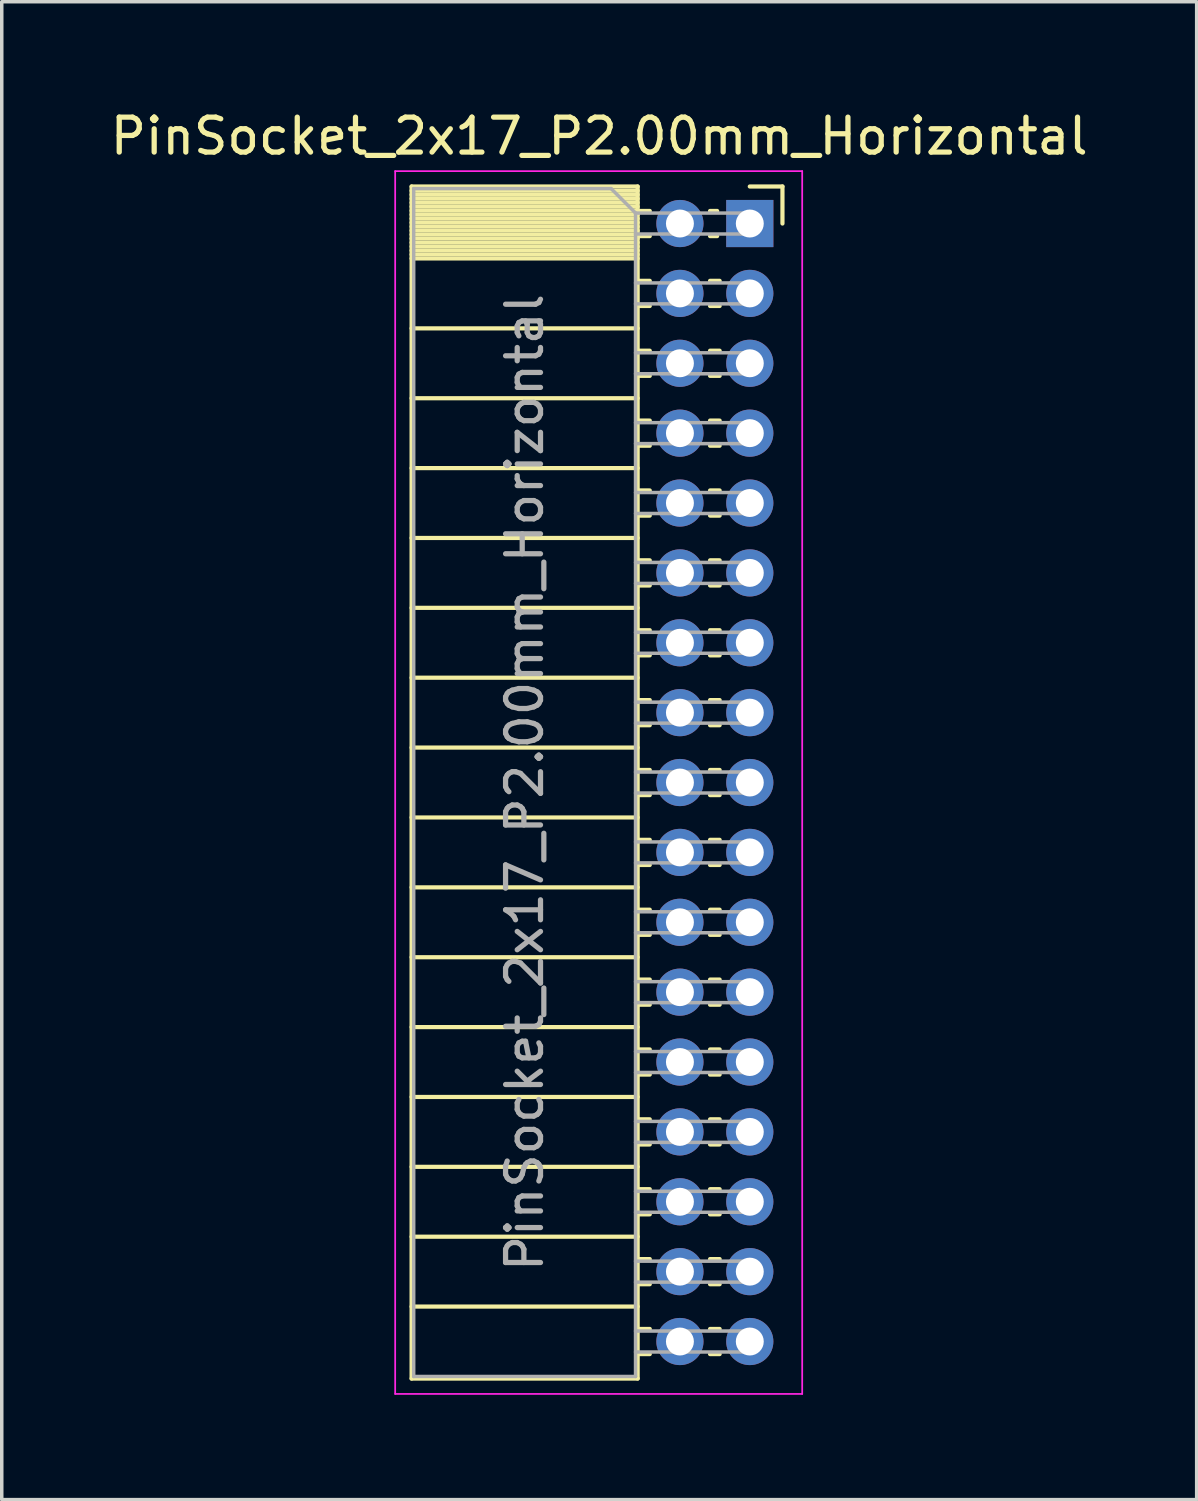
<source format=kicad_pcb>
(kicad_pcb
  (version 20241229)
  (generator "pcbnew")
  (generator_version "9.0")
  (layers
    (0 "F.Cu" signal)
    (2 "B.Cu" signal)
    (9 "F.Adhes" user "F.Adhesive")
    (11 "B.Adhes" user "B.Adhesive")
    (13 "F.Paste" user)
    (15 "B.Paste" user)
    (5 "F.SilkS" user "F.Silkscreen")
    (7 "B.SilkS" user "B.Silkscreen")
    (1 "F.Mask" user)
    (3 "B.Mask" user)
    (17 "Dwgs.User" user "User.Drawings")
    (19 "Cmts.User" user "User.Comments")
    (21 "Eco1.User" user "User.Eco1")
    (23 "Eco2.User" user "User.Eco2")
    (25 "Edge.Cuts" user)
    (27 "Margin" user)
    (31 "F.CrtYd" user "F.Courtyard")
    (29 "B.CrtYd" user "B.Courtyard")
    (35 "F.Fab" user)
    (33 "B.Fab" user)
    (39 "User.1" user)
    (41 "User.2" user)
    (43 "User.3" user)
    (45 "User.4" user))
  (footprint "PinSocket_2x17_P2.00mm_Horizontal"
    (layer "F.Cu")
    (at 18.411 3.348)
    (property "Reference" "PinSocket_2x17_P2.00mm_Horizontal" (at -4.31 -2.5 0) (layer "F.SilkS") (effects (font (size 1 1) (thickness 0.15))))
    (attr through_hole)
    (fp_line (start -9.68 -1.06) (end -9.68 33.06) (stroke (width 0.12) (type solid)) (layer "F.SilkS"))
    (fp_line (start -9.68 -1.06) (end -3.21 -1.06) (stroke (width 0.12) (type solid)) (layer "F.SilkS"))
    (fp_line (start -9.68 -0.94) (end -3.21 -0.94) (stroke (width 0.12) (type solid)) (layer "F.SilkS"))
    (fp_line (start -9.68 -0.826) (end -3.21 -0.826) (stroke (width 0.12) (type solid)) (layer "F.SilkS"))
    (fp_line (start -9.68 -0.712) (end -3.21 -0.712) (stroke (width 0.12) (type solid)) (layer "F.SilkS"))
    (fp_line (start -9.68 -0.598) (end -3.21 -0.598) (stroke (width 0.12) (type solid)) (layer "F.SilkS"))
    (fp_line (start -9.68 -0.484) (end -3.21 -0.484) (stroke (width 0.12) (type solid)) (layer "F.SilkS"))
    (fp_line (start -9.68 -0.369) (end -3.21 -0.369) (stroke (width 0.12) (type solid)) (layer "F.SilkS"))
    (fp_line (start -9.68 -0.255) (end -3.21 -0.255) (stroke (width 0.12) (type solid)) (layer "F.SilkS"))
    (fp_line (start -9.68 -0.141) (end -3.21 -0.141) (stroke (width 0.12) (type solid)) (layer "F.SilkS"))
    (fp_line (start -9.68 -0.027) (end -3.21 -0.027) (stroke (width 0.12) (type solid)) (layer "F.SilkS"))
    (fp_line (start -9.68 0.087) (end -3.21 0.087) (stroke (width 0.12) (type solid)) (layer "F.SilkS"))
    (fp_line (start -9.68 0.201) (end -3.21 0.201) (stroke (width 0.12) (type solid)) (layer "F.SilkS"))
    (fp_line (start -9.68 0.315) (end -3.21 0.315) (stroke (width 0.12) (type solid)) (layer "F.SilkS"))
    (fp_line (start -9.68 0.429) (end -3.21 0.429) (stroke (width 0.12) (type solid)) (layer "F.SilkS"))
    (fp_line (start -9.68 0.544) (end -3.21 0.544) (stroke (width 0.12) (type solid)) (layer "F.SilkS"))
    (fp_line (start -9.68 0.658) (end -3.21 0.658) (stroke (width 0.12) (type solid)) (layer "F.SilkS"))
    (fp_line (start -9.68 0.772) (end -3.21 0.772) (stroke (width 0.12) (type solid)) (layer "F.SilkS"))
    (fp_line (start -9.68 0.886) (end -3.21 0.886) (stroke (width 0.12) (type solid)) (layer "F.SilkS"))
    (fp_line (start -9.68 1) (end -3.21 1) (stroke (width 0.12) (type solid)) (layer "F.SilkS"))
    (fp_line (start -9.68 3) (end -3.21 3) (stroke (width 0.12) (type solid)) (layer "F.SilkS"))
    (fp_line (start -9.68 5) (end -3.21 5) (stroke (width 0.12) (type solid)) (layer "F.SilkS"))
    (fp_line (start -9.68 7) (end -3.21 7) (stroke (width 0.12) (type solid)) (layer "F.SilkS"))
    (fp_line (start -9.68 9) (end -3.21 9) (stroke (width 0.12) (type solid)) (layer "F.SilkS"))
    (fp_line (start -9.68 11) (end -3.21 11) (stroke (width 0.12) (type solid)) (layer "F.SilkS"))
    (fp_line (start -9.68 13) (end -3.21 13) (stroke (width 0.12) (type solid)) (layer "F.SilkS"))
    (fp_line (start -9.68 15) (end -3.21 15) (stroke (width 0.12) (type solid)) (layer "F.SilkS"))
    (fp_line (start -9.68 17) (end -3.21 17) (stroke (width 0.12) (type solid)) (layer "F.SilkS"))
    (fp_line (start -9.68 19) (end -3.21 19) (stroke (width 0.12) (type solid)) (layer "F.SilkS"))
    (fp_line (start -9.68 21) (end -3.21 21) (stroke (width 0.12) (type solid)) (layer "F.SilkS"))
    (fp_line (start -9.68 23) (end -3.21 23) (stroke (width 0.12) (type solid)) (layer "F.SilkS"))
    (fp_line (start -9.68 25) (end -3.21 25) (stroke (width 0.12) (type solid)) (layer "F.SilkS"))
    (fp_line (start -9.68 27) (end -3.21 27) (stroke (width 0.12) (type solid)) (layer "F.SilkS"))
    (fp_line (start -9.68 29) (end -3.21 29) (stroke (width 0.12) (type solid)) (layer "F.SilkS"))
    (fp_line (start -9.68 31) (end -3.21 31) (stroke (width 0.12) (type solid)) (layer "F.SilkS"))
    (fp_line (start -9.68 33.06) (end -3.21 33.06) (stroke (width 0.12) (type solid)) (layer "F.SilkS"))
    (fp_line (start -3.21 -1.06) (end -3.21 33.06) (stroke (width 0.12) (type solid)) (layer "F.SilkS"))
    (fp_line (start -3.21 -0.36) (end -2.863 -0.36) (stroke (width 0.12) (type solid)) (layer "F.SilkS"))
    (fp_line (start -3.21 0.36) (end -2.863 0.36) (stroke (width 0.12) (type solid)) (layer "F.SilkS"))
    (fp_line (start -3.21 1.64) (end -2.863 1.64) (stroke (width 0.12) (type solid)) (layer "F.SilkS"))
    (fp_line (start -3.21 2.36) (end -2.863 2.36) (stroke (width 0.12) (type solid)) (layer "F.SilkS"))
    (fp_line (start -3.21 3.64) (end -2.863 3.64) (stroke (width 0.12) (type solid)) (layer "F.SilkS"))
    (fp_line (start -3.21 4.36) (end -2.863 4.36) (stroke (width 0.12) (type solid)) (layer "F.SilkS"))
    (fp_line (start -3.21 5.64) (end -2.863 5.64) (stroke (width 0.12) (type solid)) (layer "F.SilkS"))
    (fp_line (start -3.21 6.36) (end -2.863 6.36) (stroke (width 0.12) (type solid)) (layer "F.SilkS"))
    (fp_line (start -3.21 7.64) (end -2.863 7.64) (stroke (width 0.12) (type solid)) (layer "F.SilkS"))
    (fp_line (start -3.21 8.36) (end -2.863 8.36) (stroke (width 0.12) (type solid)) (layer "F.SilkS"))
    (fp_line (start -3.21 9.64) (end -2.863 9.64) (stroke (width 0.12) (type solid)) (layer "F.SilkS"))
    (fp_line (start -3.21 10.36) (end -2.863 10.36) (stroke (width 0.12) (type solid)) (layer "F.SilkS"))
    (fp_line (start -3.21 11.64) (end -2.863 11.64) (stroke (width 0.12) (type solid)) (layer "F.SilkS"))
    (fp_line (start -3.21 12.36) (end -2.863 12.36) (stroke (width 0.12) (type solid)) (layer "F.SilkS"))
    (fp_line (start -3.21 13.64) (end -2.863 13.64) (stroke (width 0.12) (type solid)) (layer "F.SilkS"))
    (fp_line (start -3.21 14.36) (end -2.863 14.36) (stroke (width 0.12) (type solid)) (layer "F.SilkS"))
    (fp_line (start -3.21 15.64) (end -2.863 15.64) (stroke (width 0.12) (type solid)) (layer "F.SilkS"))
    (fp_line (start -3.21 16.36) (end -2.863 16.36) (stroke (width 0.12) (type solid)) (layer "F.SilkS"))
    (fp_line (start -3.21 17.64) (end -2.863 17.64) (stroke (width 0.12) (type solid)) (layer "F.SilkS"))
    (fp_line (start -3.21 18.36) (end -2.863 18.36) (stroke (width 0.12) (type solid)) (layer "F.SilkS"))
    (fp_line (start -3.21 19.64) (end -2.863 19.64) (stroke (width 0.12) (type solid)) (layer "F.SilkS"))
    (fp_line (start -3.21 20.36) (end -2.863 20.36) (stroke (width 0.12) (type solid)) (layer "F.SilkS"))
    (fp_line (start -3.21 21.64) (end -2.863 21.64) (stroke (width 0.12) (type solid)) (layer "F.SilkS"))
    (fp_line (start -3.21 22.36) (end -2.863 22.36) (stroke (width 0.12) (type solid)) (layer "F.SilkS"))
    (fp_line (start -3.21 23.64) (end -2.863 23.64) (stroke (width 0.12) (type solid)) (layer "F.SilkS"))
    (fp_line (start -3.21 24.36) (end -2.863 24.36) (stroke (width 0.12) (type solid)) (layer "F.SilkS"))
    (fp_line (start -3.21 25.64) (end -2.863 25.64) (stroke (width 0.12) (type solid)) (layer "F.SilkS"))
    (fp_line (start -3.21 26.36) (end -2.863 26.36) (stroke (width 0.12) (type solid)) (layer "F.SilkS"))
    (fp_line (start -3.21 27.64) (end -2.863 27.64) (stroke (width 0.12) (type solid)) (layer "F.SilkS"))
    (fp_line (start -3.21 28.36) (end -2.863 28.36) (stroke (width 0.12) (type solid)) (layer "F.SilkS"))
    (fp_line (start -3.21 29.64) (end -2.863 29.64) (stroke (width 0.12) (type solid)) (layer "F.SilkS"))
    (fp_line (start -3.21 30.36) (end -2.863 30.36) (stroke (width 0.12) (type solid)) (layer "F.SilkS"))
    (fp_line (start -3.21 31.64) (end -2.863 31.64) (stroke (width 0.12) (type solid)) (layer "F.SilkS"))
    (fp_line (start -3.21 32.36) (end -2.863 32.36) (stroke (width 0.12) (type solid)) (layer "F.SilkS"))
    (fp_line (start -1.137 -0.36) (end -0.935 -0.36) (stroke (width 0.12) (type solid)) (layer "F.SilkS"))
    (fp_line (start -1.137 0.36) (end -0.935 0.36) (stroke (width 0.12) (type solid)) (layer "F.SilkS"))
    (fp_line (start -1.137 1.64) (end -0.863 1.64) (stroke (width 0.12) (type solid)) (layer "F.SilkS"))
    (fp_line (start -1.137 2.36) (end -0.863 2.36) (stroke (width 0.12) (type solid)) (layer "F.SilkS"))
    (fp_line (start -1.137 3.64) (end -0.863 3.64) (stroke (width 0.12) (type solid)) (layer "F.SilkS"))
    (fp_line (start -1.137 4.36) (end -0.863 4.36) (stroke (width 0.12) (type solid)) (layer "F.SilkS"))
    (fp_line (start -1.137 5.64) (end -0.863 5.64) (stroke (width 0.12) (type solid)) (layer "F.SilkS"))
    (fp_line (start -1.137 6.36) (end -0.863 6.36) (stroke (width 0.12) (type solid)) (layer "F.SilkS"))
    (fp_line (start -1.137 7.64) (end -0.863 7.64) (stroke (width 0.12) (type solid)) (layer "F.SilkS"))
    (fp_line (start -1.137 8.36) (end -0.863 8.36) (stroke (width 0.12) (type solid)) (layer "F.SilkS"))
    (fp_line (start -1.137 9.64) (end -0.863 9.64) (stroke (width 0.12) (type solid)) (layer "F.SilkS"))
    (fp_line (start -1.137 10.36) (end -0.863 10.36) (stroke (width 0.12) (type solid)) (layer "F.SilkS"))
    (fp_line (start -1.137 11.64) (end -0.863 11.64) (stroke (width 0.12) (type solid)) (layer "F.SilkS"))
    (fp_line (start -1.137 12.36) (end -0.863 12.36) (stroke (width 0.12) (type solid)) (layer "F.SilkS"))
    (fp_line (start -1.137 13.64) (end -0.863 13.64) (stroke (width 0.12) (type solid)) (layer "F.SilkS"))
    (fp_line (start -1.137 14.36) (end -0.863 14.36) (stroke (width 0.12) (type solid)) (layer "F.SilkS"))
    (fp_line (start -1.137 15.64) (end -0.863 15.64) (stroke (width 0.12) (type solid)) (layer "F.SilkS"))
    (fp_line (start -1.137 16.36) (end -0.863 16.36) (stroke (width 0.12) (type solid)) (layer "F.SilkS"))
    (fp_line (start -1.137 17.64) (end -0.863 17.64) (stroke (width 0.12) (type solid)) (layer "F.SilkS"))
    (fp_line (start -1.137 18.36) (end -0.863 18.36) (stroke (width 0.12) (type solid)) (layer "F.SilkS"))
    (fp_line (start -1.137 19.64) (end -0.863 19.64) (stroke (width 0.12) (type solid)) (layer "F.SilkS"))
    (fp_line (start -1.137 20.36) (end -0.863 20.36) (stroke (width 0.12) (type solid)) (layer "F.SilkS"))
    (fp_line (start -1.137 21.64) (end -0.863 21.64) (stroke (width 0.12) (type solid)) (layer "F.SilkS"))
    (fp_line (start -1.137 22.36) (end -0.863 22.36) (stroke (width 0.12) (type solid)) (layer "F.SilkS"))
    (fp_line (start -1.137 23.64) (end -0.863 23.64) (stroke (width 0.12) (type solid)) (layer "F.SilkS"))
    (fp_line (start -1.137 24.36) (end -0.863 24.36) (stroke (width 0.12) (type solid)) (layer "F.SilkS"))
    (fp_line (start -1.137 25.64) (end -0.863 25.64) (stroke (width 0.12) (type solid)) (layer "F.SilkS"))
    (fp_line (start -1.137 26.36) (end -0.863 26.36) (stroke (width 0.12) (type solid)) (layer "F.SilkS"))
    (fp_line (start -1.137 27.64) (end -0.863 27.64) (stroke (width 0.12) (type solid)) (layer "F.SilkS"))
    (fp_line (start -1.137 28.36) (end -0.863 28.36) (stroke (width 0.12) (type solid)) (layer "F.SilkS"))
    (fp_line (start -1.137 29.64) (end -0.863 29.64) (stroke (width 0.12) (type solid)) (layer "F.SilkS"))
    (fp_line (start -1.137 30.36) (end -0.863 30.36) (stroke (width 0.12) (type solid)) (layer "F.SilkS"))
    (fp_line (start -1.137 31.64) (end -0.863 31.64) (stroke (width 0.12) (type solid)) (layer "F.SilkS"))
    (fp_line (start -1.137 32.36) (end -0.863 32.36) (stroke (width 0.12) (type solid)) (layer "F.SilkS"))
    (fp_line (start 0 -1.06) (end 0.935 -1.06) (stroke (width 0.12) (type solid)) (layer "F.SilkS"))
    (fp_line (start 0.935 -1.06) (end 0.935 0) (stroke (width 0.12) (type solid)) (layer "F.SilkS"))
    (fp_line (start -10.15 -1.5) (end -10.15 33.5) (stroke (width 0.05) (type solid)) (layer "F.CrtYd"))
    (fp_line (start -10.15 33.5) (end 1.5 33.5) (stroke (width 0.05) (type solid)) (layer "F.CrtYd"))
    (fp_line (start 1.5 -1.5) (end -10.15 -1.5) (stroke (width 0.05) (type solid)) (layer "F.CrtYd"))
    (fp_line (start 1.5 33.5) (end 1.5 -1.5) (stroke (width 0.05) (type solid)) (layer "F.CrtYd"))
    (fp_line (start -9.62 -1) (end -3.97 -1) (stroke (width 0.1) (type solid)) (layer "F.Fab"))
    (fp_line (start -9.62 33) (end -9.62 -1) (stroke (width 0.1) (type solid)) (layer "F.Fab"))
    (fp_line (start -3.97 -1) (end -3.27 -0.3) (stroke (width 0.1) (type solid)) (layer "F.Fab"))
    (fp_line (start -3.27 -0.3) (end -3.27 33) (stroke (width 0.1) (type solid)) (layer "F.Fab"))
    (fp_line (start -3.27 0.3) (end 0 0.3) (stroke (width 0.1) (type solid)) (layer "F.Fab"))
    (fp_line (start -3.27 2.3) (end 0 2.3) (stroke (width 0.1) (type solid)) (layer "F.Fab"))
    (fp_line (start -3.27 4.3) (end 0 4.3) (stroke (width 0.1) (type solid)) (layer "F.Fab"))
    (fp_line (start -3.27 6.3) (end 0 6.3) (stroke (width 0.1) (type solid)) (layer "F.Fab"))
    (fp_line (start -3.27 8.3) (end 0 8.3) (stroke (width 0.1) (type solid)) (layer "F.Fab"))
    (fp_line (start -3.27 10.3) (end 0 10.3) (stroke (width 0.1) (type solid)) (layer "F.Fab"))
    (fp_line (start -3.27 12.3) (end 0 12.3) (stroke (width 0.1) (type solid)) (layer "F.Fab"))
    (fp_line (start -3.27 14.3) (end 0 14.3) (stroke (width 0.1) (type solid)) (layer "F.Fab"))
    (fp_line (start -3.27 16.3) (end 0 16.3) (stroke (width 0.1) (type solid)) (layer "F.Fab"))
    (fp_line (start -3.27 18.3) (end 0 18.3) (stroke (width 0.1) (type solid)) (layer "F.Fab"))
    (fp_line (start -3.27 20.3) (end 0 20.3) (stroke (width 0.1) (type solid)) (layer "F.Fab"))
    (fp_line (start -3.27 22.3) (end 0 22.3) (stroke (width 0.1) (type solid)) (layer "F.Fab"))
    (fp_line (start -3.27 24.3) (end 0 24.3) (stroke (width 0.1) (type solid)) (layer "F.Fab"))
    (fp_line (start -3.27 26.3) (end 0 26.3) (stroke (width 0.1) (type solid)) (layer "F.Fab"))
    (fp_line (start -3.27 28.3) (end 0 28.3) (stroke (width 0.1) (type solid)) (layer "F.Fab"))
    (fp_line (start -3.27 30.3) (end 0 30.3) (stroke (width 0.1) (type solid)) (layer "F.Fab"))
    (fp_line (start -3.27 32.3) (end 0 32.3) (stroke (width 0.1) (type solid)) (layer "F.Fab"))
    (fp_line (start -3.27 33) (end -9.62 33) (stroke (width 0.1) (type solid)) (layer "F.Fab"))
    (fp_line (start 0 -0.3) (end -3.27 -0.3) (stroke (width 0.1) (type solid)) (layer "F.Fab"))
    (fp_line (start 0 0.3) (end 0 -0.3) (stroke (width 0.1) (type solid)) (layer "F.Fab"))
    (fp_line (start 0 1.7) (end -3.27 1.7) (stroke (width 0.1) (type solid)) (layer "F.Fab"))
    (fp_line (start 0 2.3) (end 0 1.7) (stroke (width 0.1) (type solid)) (layer "F.Fab"))
    (fp_line (start 0 3.7) (end -3.27 3.7) (stroke (width 0.1) (type solid)) (layer "F.Fab"))
    (fp_line (start 0 4.3) (end 0 3.7) (stroke (width 0.1) (type solid)) (layer "F.Fab"))
    (fp_line (start 0 5.7) (end -3.27 5.7) (stroke (width 0.1) (type solid)) (layer "F.Fab"))
    (fp_line (start 0 6.3) (end 0 5.7) (stroke (width 0.1) (type solid)) (layer "F.Fab"))
    (fp_line (start 0 7.7) (end -3.27 7.7) (stroke (width 0.1) (type solid)) (layer "F.Fab"))
    (fp_line (start 0 8.3) (end 0 7.7) (stroke (width 0.1) (type solid)) (layer "F.Fab"))
    (fp_line (start 0 9.7) (end -3.27 9.7) (stroke (width 0.1) (type solid)) (layer "F.Fab"))
    (fp_line (start 0 10.3) (end 0 9.7) (stroke (width 0.1) (type solid)) (layer "F.Fab"))
    (fp_line (start 0 11.7) (end -3.27 11.7) (stroke (width 0.1) (type solid)) (layer "F.Fab"))
    (fp_line (start 0 12.3) (end 0 11.7) (stroke (width 0.1) (type solid)) (layer "F.Fab"))
    (fp_line (start 0 13.7) (end -3.27 13.7) (stroke (width 0.1) (type solid)) (layer "F.Fab"))
    (fp_line (start 0 14.3) (end 0 13.7) (stroke (width 0.1) (type solid)) (layer "F.Fab"))
    (fp_line (start 0 15.7) (end -3.27 15.7) (stroke (width 0.1) (type solid)) (layer "F.Fab"))
    (fp_line (start 0 16.3) (end 0 15.7) (stroke (width 0.1) (type solid)) (layer "F.Fab"))
    (fp_line (start 0 17.7) (end -3.27 17.7) (stroke (width 0.1) (type solid)) (layer "F.Fab"))
    (fp_line (start 0 18.3) (end 0 17.7) (stroke (width 0.1) (type solid)) (layer "F.Fab"))
    (fp_line (start 0 19.7) (end -3.27 19.7) (stroke (width 0.1) (type solid)) (layer "F.Fab"))
    (fp_line (start 0 20.3) (end 0 19.7) (stroke (width 0.1) (type solid)) (layer "F.Fab"))
    (fp_line (start 0 21.7) (end -3.27 21.7) (stroke (width 0.1) (type solid)) (layer "F.Fab"))
    (fp_line (start 0 22.3) (end 0 21.7) (stroke (width 0.1) (type solid)) (layer "F.Fab"))
    (fp_line (start 0 23.7) (end -3.27 23.7) (stroke (width 0.1) (type solid)) (layer "F.Fab"))
    (fp_line (start 0 24.3) (end 0 23.7) (stroke (width 0.1) (type solid)) (layer "F.Fab"))
    (fp_line (start 0 25.7) (end -3.27 25.7) (stroke (width 0.1) (type solid)) (layer "F.Fab"))
    (fp_line (start 0 26.3) (end 0 25.7) (stroke (width 0.1) (type solid)) (layer "F.Fab"))
    (fp_line (start 0 27.7) (end -3.27 27.7) (stroke (width 0.1) (type solid)) (layer "F.Fab"))
    (fp_line (start 0 28.3) (end 0 27.7) (stroke (width 0.1) (type solid)) (layer "F.Fab"))
    (fp_line (start 0 29.7) (end -3.27 29.7) (stroke (width 0.1) (type solid)) (layer "F.Fab"))
    (fp_line (start 0 30.3) (end 0 29.7) (stroke (width 0.1) (type solid)) (layer "F.Fab"))
    (fp_line (start 0 31.7) (end -3.27 31.7) (stroke (width 0.1) (type solid)) (layer "F.Fab"))
    (fp_line (start 0 32.3) (end 0 31.7) (stroke (width 0.1) (type solid)) (layer "F.Fab"))
    (fp_text user "${REFERENCE}" (at -6.445 16 90) (layer "F.Fab") (effects (font (size 1 1) (thickness 0.15))))
    (pad "1" thru_hole rect (at 0 0) (size 1.35 1.35) (drill 0.8) (layers "*.Cu" "*.Mask"))
    (pad "2" thru_hole circle (at -2 0) (size 1.35 1.35) (drill 0.8) (layers "*.Cu" "*.Mask"))
    (pad "3" thru_hole circle (at 0 2) (size 1.35 1.35) (drill 0.8) (layers "*.Cu" "*.Mask"))
    (pad "4" thru_hole circle (at -2 2) (size 1.35 1.35) (drill 0.8) (layers "*.Cu" "*.Mask"))
    (pad "5" thru_hole circle (at 0 4) (size 1.35 1.35) (drill 0.8) (layers "*.Cu" "*.Mask"))
    (pad "6" thru_hole circle (at -2 4) (size 1.35 1.35) (drill 0.8) (layers "*.Cu" "*.Mask"))
    (pad "7" thru_hole circle (at 0 6) (size 1.35 1.35) (drill 0.8) (layers "*.Cu" "*.Mask"))
    (pad "8" thru_hole circle (at -2 6) (size 1.35 1.35) (drill 0.8) (layers "*.Cu" "*.Mask"))
    (pad "9" thru_hole circle (at 0 8) (size 1.35 1.35) (drill 0.8) (layers "*.Cu" "*.Mask"))
    (pad "10" thru_hole circle (at -2 8) (size 1.35 1.35) (drill 0.8) (layers "*.Cu" "*.Mask"))
    (pad "11" thru_hole circle (at 0 10) (size 1.35 1.35) (drill 0.8) (layers "*.Cu" "*.Mask"))
    (pad "12" thru_hole circle (at -2 10) (size 1.35 1.35) (drill 0.8) (layers "*.Cu" "*.Mask"))
    (pad "13" thru_hole circle (at 0 12) (size 1.35 1.35) (drill 0.8) (layers "*.Cu" "*.Mask"))
    (pad "14" thru_hole circle (at -2 12) (size 1.35 1.35) (drill 0.8) (layers "*.Cu" "*.Mask"))
    (pad "15" thru_hole circle (at 0 14) (size 1.35 1.35) (drill 0.8) (layers "*.Cu" "*.Mask"))
    (pad "16" thru_hole circle (at -2 14) (size 1.35 1.35) (drill 0.8) (layers "*.Cu" "*.Mask"))
    (pad "17" thru_hole circle (at 0 16) (size 1.35 1.35) (drill 0.8) (layers "*.Cu" "*.Mask"))
    (pad "18" thru_hole circle (at -2 16) (size 1.35 1.35) (drill 0.8) (layers "*.Cu" "*.Mask"))
    (pad "19" thru_hole circle (at 0 18) (size 1.35 1.35) (drill 0.8) (layers "*.Cu" "*.Mask"))
    (pad "20" thru_hole circle (at -2 18) (size 1.35 1.35) (drill 0.8) (layers "*.Cu" "*.Mask"))
    (pad "21" thru_hole circle (at 0 20) (size 1.35 1.35) (drill 0.8) (layers "*.Cu" "*.Mask"))
    (pad "22" thru_hole circle (at -2 20) (size 1.35 1.35) (drill 0.8) (layers "*.Cu" "*.Mask"))
    (pad "23" thru_hole circle (at 0 22) (size 1.35 1.35) (drill 0.8) (layers "*.Cu" "*.Mask"))
    (pad "24" thru_hole circle (at -2 22) (size 1.35 1.35) (drill 0.8) (layers "*.Cu" "*.Mask"))
    (pad "25" thru_hole circle (at 0 24) (size 1.35 1.35) (drill 0.8) (layers "*.Cu" "*.Mask"))
    (pad "26" thru_hole circle (at -2 24) (size 1.35 1.35) (drill 0.8) (layers "*.Cu" "*.Mask"))
    (pad "27" thru_hole circle (at 0 26) (size 1.35 1.35) (drill 0.8) (layers "*.Cu" "*.Mask"))
    (pad "28" thru_hole circle (at -2 26) (size 1.35 1.35) (drill 0.8) (layers "*.Cu" "*.Mask"))
    (pad "29" thru_hole circle (at 0 28) (size 1.35 1.35) (drill 0.8) (layers "*.Cu" "*.Mask"))
    (pad "30" thru_hole circle (at -2 28) (size 1.35 1.35) (drill 0.8) (layers "*.Cu" "*.Mask"))
    (pad "31" thru_hole circle (at 0 30) (size 1.35 1.35) (drill 0.8) (layers "*.Cu" "*.Mask"))
    (pad "32" thru_hole circle (at -2 30) (size 1.35 1.35) (drill 0.8) (layers "*.Cu" "*.Mask"))
    (pad "33" thru_hole circle (at 0 32) (size 1.35 1.35) (drill 0.8) (layers "*.Cu" "*.Mask"))
    (pad "34" thru_hole circle (at -2 32) (size 1.35 1.35) (drill 0.8) (layers "*.Cu" "*.Mask")))
  (gr_rect
    (start -3 -3)
    (end 31.202 39.873)
    (stroke (width 0.1) (type default))
    (fill no)
    (layer "Edge.Cuts")))
</source>
